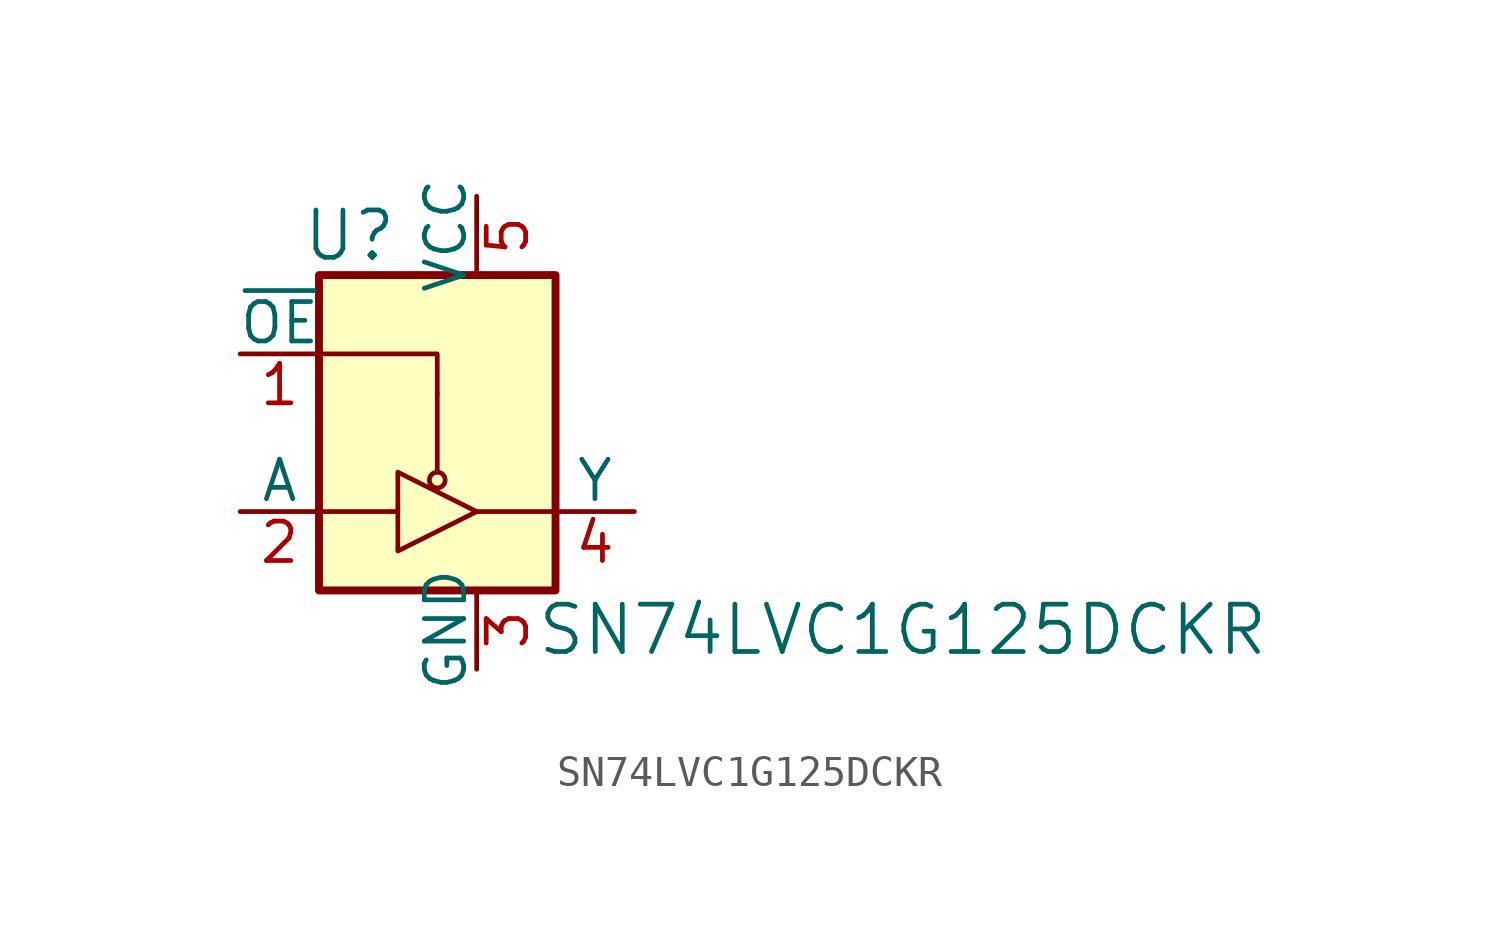
<source format=kicad_sym>
(kicad_symbol_lib
  (version 20211014)
  (generator kicad_symbol_editor)
  (symbol "SN74LVC1G125DCKR"
    (pin_names
      (offset 0))
    (property "Reference" "U"
      (at -2.54 6.35 0)
      (effects (font (size 1.524 1.524)) (justify right)))
    (property "Value" "SN74LVC1G125DCKR"
      (at 1.905 -6.35 0)
      (effects (font (size 1.524 1.524)) (justify left)))
    (symbol "SN74LVC1G125DCKR_0_1"
      (rectangle (start -5.08 5.08) (end 2.54 -5.08) (stroke (width 0.254) (type default) (color 0 0 0 0)) (fill (type background)))
      (circle (center -1.27 -1.524) (radius 0.254) (stroke (width 0) (type default) (color 0 0 0 0)) (fill (type none)))
      (polyline (pts (xy -1.27 1.27) (xy -1.27 -1.27)) (stroke (width 0) (type default) (color 0 0 0 0)) (fill (type none)))
      (polyline (pts (xy 0 -2.54) (xy 2.54 -2.54)) (stroke (width 0) (type default) (color 0 0 0 0)) (fill (type none)))
      (polyline (pts (xy -5.08 2.54) (xy -1.27 2.54) (xy -1.27 1.27)) (stroke (width 0) (type default) (color 0 0 0 0)) (fill (type none)))
      (polyline (pts (xy -2.54 -2.54) (xy -3.81 -2.54) (xy -5.08 -2.54)) (stroke (width 0) (type default) (color 0 0 0 0)) (fill (type none)))
      (polyline (pts (xy -2.54 -1.27) (xy -2.54 -3.81) (xy 0 -2.54) (xy -2.54 -1.27)) (stroke (width 0) (type default) (color 0 0 0 0)) (fill (type none))))
    (symbol "SN74LVC1G125DCKR_1_1"
      (pin input line (at -7.62 2.54 0) (length 2.54) (name "~{OE}" (effects (font (size 1.27 1.27)))) (number "1" (effects (font (size 1.27 1.27)))))
      (pin input line (at -7.62 -2.54 0) (length 2.54) (name "A" (effects (font (size 1.27 1.27)))) (number "2" (effects (font (size 1.27 1.27)))))
      (pin power_in line (at 0 -7.62 90) (length 2.54) (name "GND" (effects (font (size 1.27 1.27)))) (number "3" (effects (font (size 1.27 1.27)))))
      (pin output line (at 5.08 -2.54 180) (length 2.54) (name "Y" (effects (font (size 1.27 1.27)))) (number "4" (effects (font (size 1.27 1.27)))))
      (pin power_in line (at 0 7.62 270) (length 2.54) (name "VCC" (effects (font (size 1.27 1.27)))) (number "5" (effects (font (size 1.27 1.27))))))))
</source>
